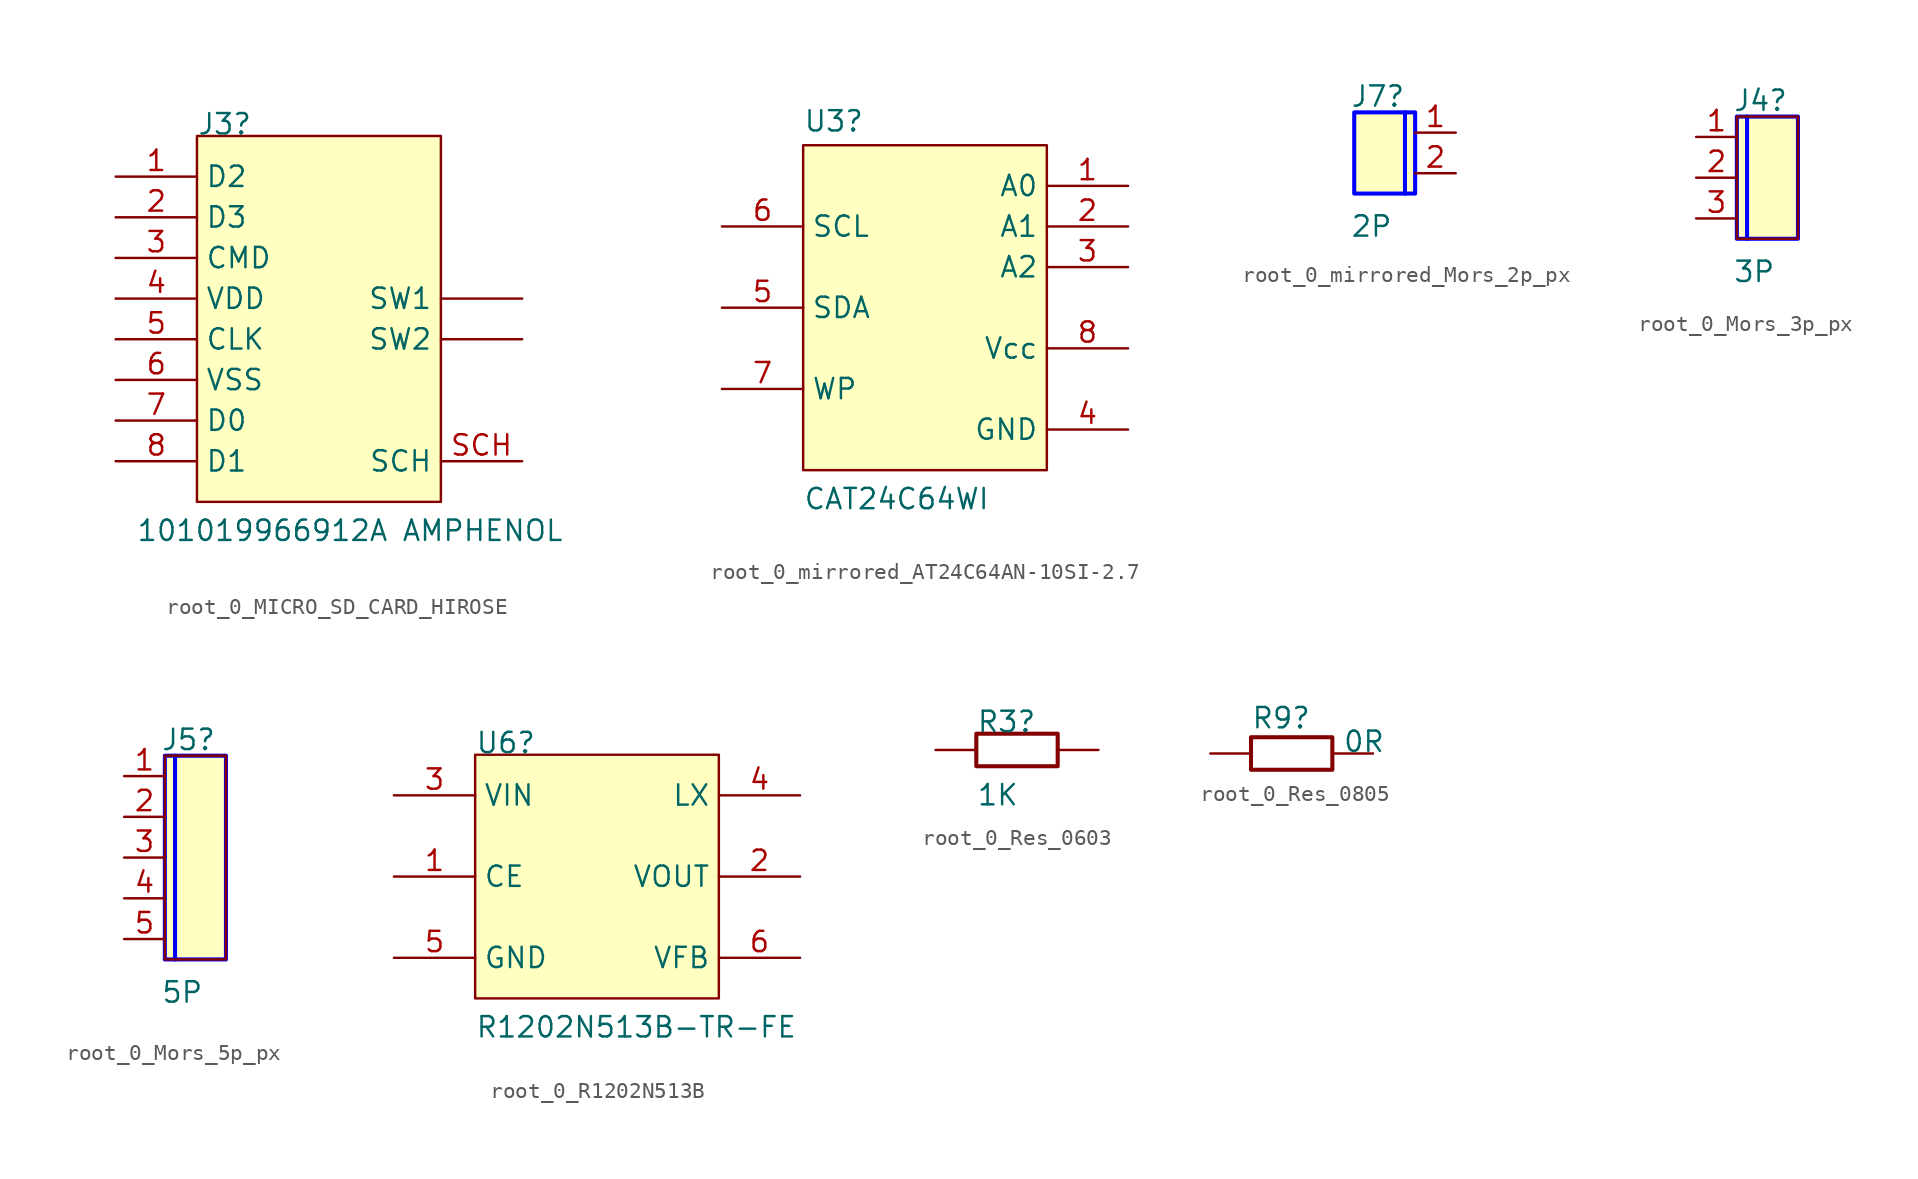
<source format=kicad_sym>
(kicad_symbol_lib
  (version 20220914)
  (generator kicad_symbol_editor)
  (symbol "root_0_MICRO_SD_CARD_HIROSE"
    (property "Reference" "J3"
      (at 0 0 0)
      (effects (font (size 1.27 1.27)) (justify left bottom)))
    (property "Value" "101019966912A AMPHENOL"
      (at -3.81 -25.4 0)
      (effects (font (size 1.27 1.27)) (justify left bottom)))
    (symbol "root_0_MICRO_SD_CARD_HIROSE_1_0"
      (rectangle (start 15.24 0) (end 0 -22.86) (stroke (width 0) (type solid)) (fill (type background)))
      (pin passive line (at -5.08 -2.54 0) (length 5.08) (name "D2" (effects (font (size 1.27 1.27)))) (number "1" (effects (font (size 1.27 1.27)))))
      (pin passive line (at -5.08 -5.08 0) (length 5.08) (name "D3" (effects (font (size 1.27 1.27)))) (number "2" (effects (font (size 1.27 1.27)))))
      (pin passive line (at -5.08 -7.62 0) (length 5.08) (name "CMD" (effects (font (size 1.27 1.27)))) (number "3" (effects (font (size 1.27 1.27)))))
      (pin passive line (at -5.08 -10.16 0) (length 5.08) (name "VDD" (effects (font (size 1.27 1.27)))) (number "4" (effects (font (size 1.27 1.27)))))
      (pin passive line (at -5.08 -12.7 0) (length 5.08) (name "CLK" (effects (font (size 1.27 1.27)))) (number "5" (effects (font (size 1.27 1.27)))))
      (pin passive line (at -5.08 -15.24 0) (length 5.08) (name "VSS" (effects (font (size 1.27 1.27)))) (number "6" (effects (font (size 1.27 1.27)))))
      (pin passive line (at -5.08 -17.78 0) (length 5.08) (name "D0" (effects (font (size 1.27 1.27)))) (number "7" (effects (font (size 1.27 1.27)))))
      (pin passive line (at -5.08 -20.32 0) (length 5.08) (name "D1" (effects (font (size 1.27 1.27)))) (number "8" (effects (font (size 1.27 1.27)))))
      (pin passive line (at 20.32 -10.16 180) (length 5.08) (name "SW1" (effects (font (size 1.27 1.27)))) (number "CD1" (effects (font (size 0 0)))))
      (pin passive line (at 20.32 -12.7 180) (length 5.08) (name "SW2" (effects (font (size 1.27 1.27)))) (number "CD2" (effects (font (size 0 0)))))
      (pin passive line (at 20.32 -20.32 180) (length 5.08) (name "SCH" (effects (font (size 1.27 1.27)))) (number "SCH" (effects (font (size 1.27 1.27)))))))
  (symbol "root_0_mirrored_AT24C64AN-10SI-2.7"
    (property "Reference" "U3"
      (at -15.24 0.762 0)
      (effects (font (size 1.27 1.27)) (justify left bottom)))
    (property "Value" "CAT24C64WI"
      (at -15.24 -22.86 0)
      (effects (font (size 1.27 1.27)) (justify left bottom)))
    (symbol "root_0_mirrored_AT24C64AN-10SI-2.7_1_0"
      (rectangle (start 0 0) (end -15.24 -20.32) (stroke (width 0) (type solid)) (fill (type background)))
      (pin input line (at 5.08 -2.54 180) (length 5.08) (name "A0" (effects (font (size 1.27 1.27)))) (number "1" (effects (font (size 1.27 1.27)))))
      (pin input line (at 5.08 -5.08 180) (length 5.08) (name "A1" (effects (font (size 1.27 1.27)))) (number "2" (effects (font (size 1.27 1.27)))))
      (pin input line (at 5.08 -7.62 180) (length 5.08) (name "A2" (effects (font (size 1.27 1.27)))) (number "3" (effects (font (size 1.27 1.27)))))
      (pin power_in line (at 5.08 -17.78 180) (length 5.08) (name "GND" (effects (font (size 1.27 1.27)))) (number "4" (effects (font (size 1.27 1.27)))))
      (pin bidirectional line (at -20.32 -10.16 0) (length 5.08) (name "SDA" (effects (font (size 1.27 1.27)))) (number "5" (effects (font (size 1.27 1.27)))))
      (pin input line (at -20.32 -5.08 0) (length 5.08) (name "SCL" (effects (font (size 1.27 1.27)))) (number "6" (effects (font (size 1.27 1.27)))))
      (pin passive line (at -20.32 -15.24 0) (length 5.08) (name "WP" (effects (font (size 1.27 1.27)))) (number "7" (effects (font (size 1.27 1.27)))))
      (pin power_in line (at 5.08 -12.7 180) (length 5.08) (name "Vcc" (effects (font (size 1.27 1.27)))) (number "8" (effects (font (size 1.27 1.27)))))))
  (symbol "root_0_mirrored_Mors_2p_px"
    (property "Reference" "J7"
      (at -4.064 0.254 0)
      (effects (font (size 1.27 1.27)) (justify left bottom)))
    (property "Value" "2P"
      (at -4.064 -7.874 0)
      (effects (font (size 1.27 1.27)) (justify left bottom)))
    (symbol "root_0_mirrored_Mors_2p_px_1_0"
      (rectangle (start 0 0) (end -3.81 -5.08) (stroke (width 0) (type solid)) (fill (type background)))
      (polyline (pts (xy -0.635 0) (xy -0.635 -5.08)) (stroke (width 0.254) (type solid) (color 0 0 255 1)) (fill (type none)))
      (polyline (pts (xy 0 -5.08) (xy 0 0) (xy -3.81 0) (xy -3.81 -5.08) (xy 0 -5.08)) (stroke (width 0.254) (type solid) (color 0 0 255 1)) (fill (type none)))
      (pin passive line (at 2.54 -1.27 180) (length 2.54) (name "1" (effects (font (size 0 0)))) (number "1" (effects (font (size 1.27 1.27)))))
      (pin passive line (at 2.54 -3.81 180) (length 2.54) (name "2" (effects (font (size 0 0)))) (number "2" (effects (font (size 1.27 1.27)))))))
  (symbol "root_0_Mors_3p_px"
    (property "Reference" "J4"
      (at -0.254 0.254 0)
      (effects (font (size 1.27 1.27)) (justify left bottom)))
    (property "Value" "3P"
      (at -0.254 -10.414 0)
      (effects (font (size 1.27 1.27)) (justify left bottom)))
    (symbol "root_0_Mors_3p_px_1_0"
      (polyline (pts (xy 0.635 0) (xy 0.635 -7.62)) (stroke (width 0.254) (type solid) (color 0 0 255 1)) (fill (type none)))
      (polyline (pts (xy 0 -7.62) (xy 0 0) (xy 3.81 0) (xy 3.81 -7.62) (xy 0 -7.62)) (stroke (width 0.254) (type solid) (color 0 0 255 1)) (fill (type none)))
      (rectangle (start 3.81 0) (end 0 -7.62) (stroke (width 0) (type solid)) (fill (type background)))
      (pin passive line (at -2.54 -1.27 0) (length 2.54) (name "1" (effects (font (size 0 0)))) (number "1" (effects (font (size 1.27 1.27)))))
      (pin passive line (at -2.54 -3.81 0) (length 2.54) (name "2" (effects (font (size 0 0)))) (number "2" (effects (font (size 1.27 1.27)))))
      (pin passive line (at -2.54 -6.35 0) (length 2.54) (name "3" (effects (font (size 0 0)))) (number "3" (effects (font (size 1.27 1.27)))))))
  (symbol "root_0_Mors_5p_px"
    (property "Reference" "J5"
      (at -0.254 0.254 0)
      (effects (font (size 1.27 1.27)) (justify left bottom)))
    (property "Value" "5P"
      (at -0.254 -15.494 0)
      (effects (font (size 1.27 1.27)) (justify left bottom)))
    (symbol "root_0_Mors_5p_px_1_0"
      (polyline (pts (xy 0.635 0) (xy 0.635 -12.7)) (stroke (width 0.254) (type solid) (color 0 0 255 1)) (fill (type none)))
      (polyline (pts (xy 0 -12.7) (xy 0 0) (xy 3.81 0) (xy 3.81 -12.7) (xy 0 -12.7)) (stroke (width 0.254) (type solid) (color 0 0 255 1)) (fill (type none)))
      (rectangle (start 3.81 0) (end 0 -12.7) (stroke (width 0) (type solid)) (fill (type background)))
      (pin passive line (at -2.54 -1.27 0) (length 2.54) (name "1" (effects (font (size 0 0)))) (number "1" (effects (font (size 1.27 1.27)))))
      (pin passive line (at -2.54 -3.81 0) (length 2.54) (name "2" (effects (font (size 0 0)))) (number "2" (effects (font (size 1.27 1.27)))))
      (pin passive line (at -2.54 -6.35 0) (length 2.54) (name "3" (effects (font (size 0 0)))) (number "3" (effects (font (size 1.27 1.27)))))
      (pin passive line (at -2.54 -8.89 0) (length 2.54) (name "4" (effects (font (size 0 0)))) (number "4" (effects (font (size 1.27 1.27)))))
      (pin passive line (at -2.54 -11.43 0) (length 2.54) (name "5" (effects (font (size 0 0)))) (number "5" (effects (font (size 1.27 1.27)))))))
  (symbol "root_0_R1202N513B"
    (property "Reference" "U6"
      (at 0 0 0)
      (effects (font (size 1.27 1.27)) (justify left bottom)))
    (property "Value" "R1202N513B-TR-FE"
      (at 0 -17.78 0)
      (effects (font (size 1.27 1.27)) (justify left bottom)))
    (symbol "root_0_R1202N513B_1_0"
      (rectangle (start 15.24 0) (end 0 -15.24) (stroke (width 0) (type solid)) (fill (type background)))
      (pin passive line (at -5.08 -7.62 0) (length 5.08) (name "CE" (effects (font (size 1.27 1.27)))) (number "1" (effects (font (size 1.27 1.27)))))
      (pin passive line (at 20.32 -7.62 180) (length 5.08) (name "VOUT" (effects (font (size 1.27 1.27)))) (number "2" (effects (font (size 1.27 1.27)))))
      (pin passive line (at -5.08 -2.54 0) (length 5.08) (name "VIN" (effects (font (size 1.27 1.27)))) (number "3" (effects (font (size 1.27 1.27)))))
      (pin passive line (at 20.32 -2.54 180) (length 5.08) (name "LX" (effects (font (size 1.27 1.27)))) (number "4" (effects (font (size 1.27 1.27)))))
      (pin power_in line (at -5.08 -12.7 0) (length 5.08) (name "GND" (effects (font (size 1.27 1.27)))) (number "5" (effects (font (size 1.27 1.27)))))
      (pin passive line (at 20.32 -12.7 180) (length 5.08) (name "VFB" (effects (font (size 1.27 1.27)))) (number "6" (effects (font (size 1.27 1.27)))))))
  (symbol "root_0_Res_0603"
    (property "Reference" "R3"
      (at 0 -1.524 0)
      (effects (font (size 1.27 1.27)) (justify left bottom)))
    (property "Value" "1K"
      (at 0 -6.096 0)
      (effects (font (size 1.27 1.27)) (justify left bottom)))
    (symbol "root_0_Res_0603_1_0"
      (rectangle (start 5.08 -1.524) (end 0 -3.556) (stroke (width 0.254) (type solid)) (fill (type none)))
      (pin passive line (at -2.54 -2.54 0) (length 2.54) (name "1" (effects (font (size 0 0)))) (number "1" (effects (font (size 0 0)))))
      (pin passive line (at 7.62 -2.54 180) (length 2.54) (name "2" (effects (font (size 0 0)))) (number "2" (effects (font (size 0 0)))))))
  (symbol "root_0_Res_0805"
    (property "Reference" "R9"
      (at 0 -1.067 0)
      (effects (font (size 1.27 1.27)) (justify left bottom)))
    (property "Value" "0R"
      (at 5.715 -2.54 0)
      (effects (font (size 1.27 1.27)) (justify left bottom)))
    (symbol "root_0_Res_0805_1_0"
      (rectangle (start 5.08 -1.524) (end 0 -3.556) (stroke (width 0.254) (type solid)) (fill (type none)))
      (pin passive line (at -2.54 -2.54 0) (length 2.54) (name "1" (effects (font (size 0 0)))) (number "1" (effects (font (size 0 0)))))
      (pin passive line (at 7.62 -2.54 180) (length 2.54) (name "2" (effects (font (size 0 0)))) (number "2" (effects (font (size 0 0))))))))
</source>
